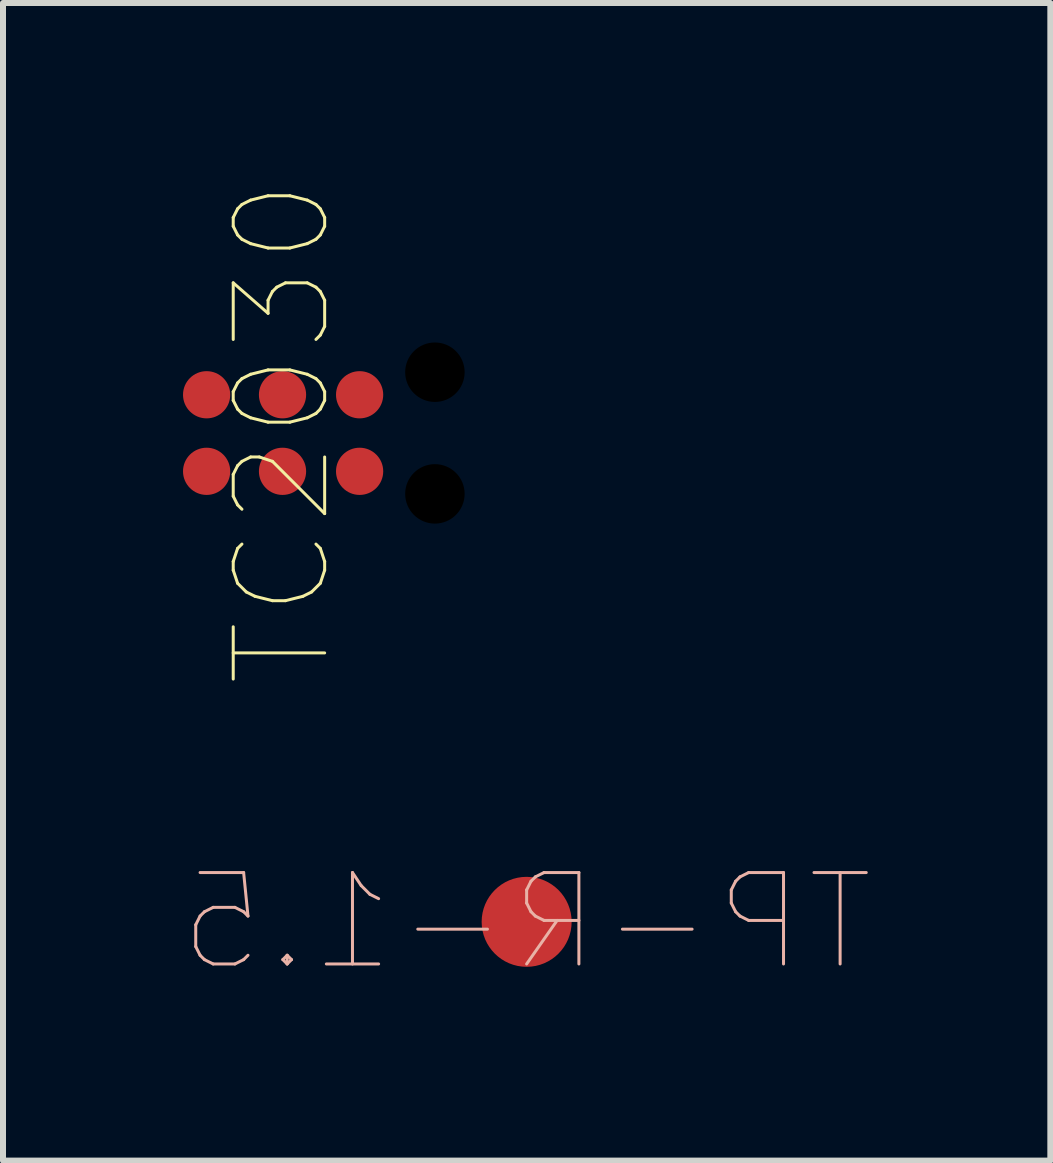
<source format=kicad_pcb>
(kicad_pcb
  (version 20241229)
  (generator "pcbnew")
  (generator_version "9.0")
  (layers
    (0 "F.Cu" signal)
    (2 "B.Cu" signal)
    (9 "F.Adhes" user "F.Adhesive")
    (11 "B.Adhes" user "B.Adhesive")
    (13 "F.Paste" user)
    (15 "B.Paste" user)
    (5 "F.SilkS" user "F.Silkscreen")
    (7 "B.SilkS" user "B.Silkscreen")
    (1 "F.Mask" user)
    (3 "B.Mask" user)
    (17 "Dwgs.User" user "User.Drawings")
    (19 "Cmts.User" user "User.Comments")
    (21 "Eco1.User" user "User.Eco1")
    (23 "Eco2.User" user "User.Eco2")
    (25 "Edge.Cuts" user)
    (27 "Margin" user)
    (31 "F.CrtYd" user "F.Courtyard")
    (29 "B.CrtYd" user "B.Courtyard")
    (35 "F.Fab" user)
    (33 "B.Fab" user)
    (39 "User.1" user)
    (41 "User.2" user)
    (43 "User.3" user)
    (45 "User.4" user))
  (footprint "TP-R-1.5"
    (layer "F.Cu")
    (at 5.728 12.315)
    (property "Reference" "TP-R-1.5" (at 0 0 0) (layer "B.SilkS") (effects (font (size 1.524 1.524) (thickness 0.05)) (justify mirror)))
    (attr exclude_from_pos_files exclude_from_bom)
    (pad "1" smd circle (at 0 0 270) (size 1.5 1.5) (layers "F.Cu" "F.Mask")))
  (footprint "TC2030"
    (layer "F.Cu")
    (at 1.659 4.168)
    (property "Reference" "TC2030" (at 0 0 90) (layer "F.SilkS") (effects (font (size 1.524 1.524) (thickness 0.05))))
    (attr exclude_from_pos_files exclude_from_bom)
    (pad "" np_thru_hole circle (at 2.54 -1.014 90) (size 0.991 0.991) (drill 0.991) (layers "*.Mask"))
    (pad "" np_thru_hole circle (at 2.54 1.014 90) (size 0.991 0.991) (drill 0.991) (layers "*.Mask"))
    (pad "1" smd circle (at -1.265 0.638 90) (size 0.787 0.787) (layers "F.Cu" "F.Mask"))
    (pad "2" smd circle (at -1.265 -0.638 90) (size 0.787 0.787) (layers "F.Cu" "F.Mask"))
    (pad "3" smd circle (at 0 0.638 90) (size 0.787 0.787) (layers "F.Cu" "F.Mask"))
    (pad "4" smd circle (at 0 -0.638 90) (size 0.787 0.787) (layers "F.Cu" "F.Mask"))
    (pad "5" smd circle (at 1.285 0.638 90) (size 0.787 0.787) (layers "F.Cu" "F.Mask"))
    (pad "6" smd circle (at 1.285 -0.638 90) (size 0.787 0.787) (layers "F.Cu" "F.Mask")))
  (gr_rect
    (start -3 -3)
    (end 14.457 16.295)
    (stroke (width 0.1) (type default))
    (fill no)
    (layer "Edge.Cuts")))
</source>
